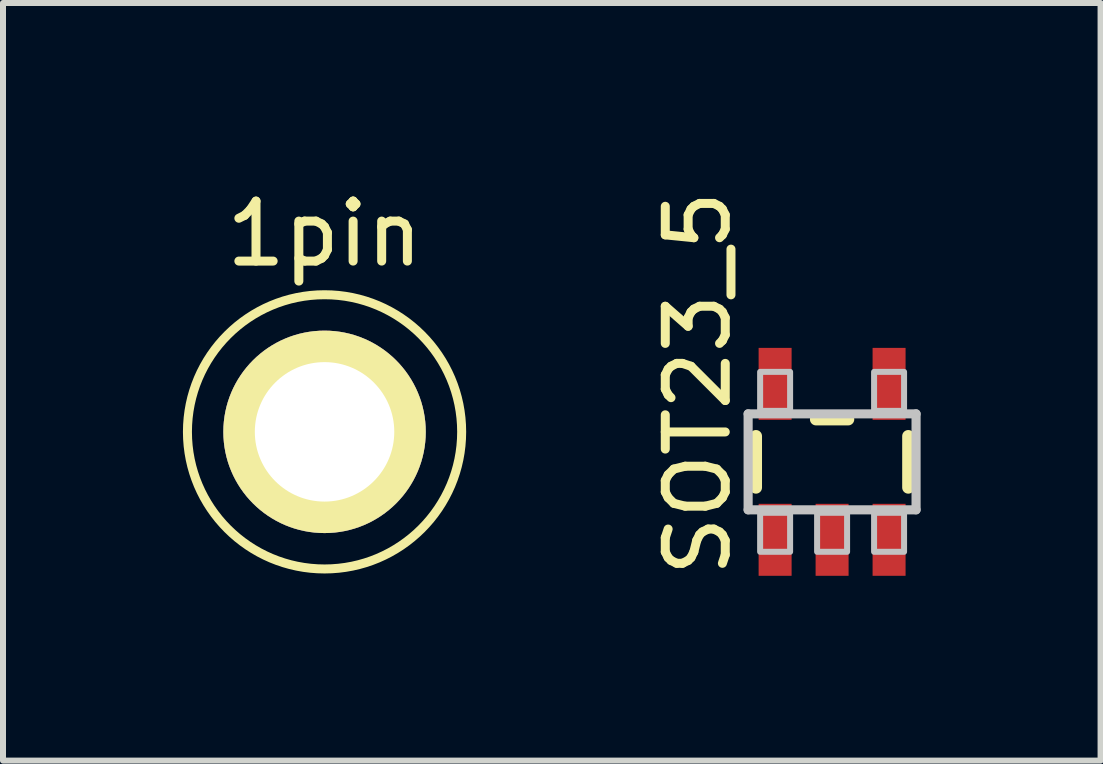
<source format=kicad_pcb>
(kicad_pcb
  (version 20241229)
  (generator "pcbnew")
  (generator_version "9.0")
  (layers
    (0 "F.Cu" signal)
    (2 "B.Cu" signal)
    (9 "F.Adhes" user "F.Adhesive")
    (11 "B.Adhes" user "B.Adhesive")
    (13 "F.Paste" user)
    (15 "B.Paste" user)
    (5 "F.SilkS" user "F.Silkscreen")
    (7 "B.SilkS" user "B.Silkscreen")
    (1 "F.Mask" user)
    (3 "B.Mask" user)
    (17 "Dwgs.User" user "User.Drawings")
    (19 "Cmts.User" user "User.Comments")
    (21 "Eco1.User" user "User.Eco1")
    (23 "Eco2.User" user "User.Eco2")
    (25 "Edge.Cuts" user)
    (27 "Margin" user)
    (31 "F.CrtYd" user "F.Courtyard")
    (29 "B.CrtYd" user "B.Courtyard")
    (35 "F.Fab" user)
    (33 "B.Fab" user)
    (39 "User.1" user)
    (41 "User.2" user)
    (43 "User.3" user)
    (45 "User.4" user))
  (footprint "SOT23_5"
    (layer "F.Cu")
    (at 10.823 4.65)
    (property "Reference" "SOT23_5" (at -1.651 1.981 90) (layer "F.SilkS") (effects (font (size 1 1) (thickness 0.15)) (justify left bottom)))
    (attr through_hole)
    (fp_line (start -1.27 0.429) (end -1.27 -0.429) (stroke (width 0.203) (type solid)) (layer "F.SilkS"))
    (fp_line (start -0.268 -0.709) (end 0.268 -0.709) (stroke (width 0.203) (type solid)) (layer "F.SilkS"))
    (fp_line (start 1.27 -0.429) (end 1.27 0.429) (stroke (width 0.203) (type solid)) (layer "F.SilkS"))
    (fp_line (start -1.4 -0.8) (end -1.4 0.8) (stroke (width 0.152) (type solid)) (layer "Dwgs.User"))
    (fp_line (start -1.4 -0.8) (end 1.4 -0.8) (stroke (width 0.152) (type solid)) (layer "Dwgs.User"))
    (fp_line (start 1.4 -0.8) (end 1.4 0.8) (stroke (width 0.152) (type solid)) (layer "Dwgs.User"))
    (fp_line (start 1.4 0.8) (end -1.4 0.8) (stroke (width 0.152) (type solid)) (layer "Dwgs.User"))
    (fp_poly (pts (xy -1.2 -0.85) (xy -0.7 -0.85) (xy -0.7 -1.5) (xy -1.2 -1.5)) (stroke (width 0.1) (type solid)) (fill no) (layer "Dwgs.User"))
    (fp_poly (pts (xy -1.2 1.5) (xy -0.7 1.5) (xy -0.7 0.85) (xy -1.2 0.85)) (stroke (width 0.1) (type solid)) (fill no) (layer "Dwgs.User"))
    (fp_poly (pts (xy -0.25 1.5) (xy 0.25 1.5) (xy 0.25 0.85) (xy -0.25 0.85)) (stroke (width 0.1) (type solid)) (fill no) (layer "Dwgs.User"))
    (fp_poly (pts (xy 0.7 -0.85) (xy 1.2 -0.85) (xy 1.2 -1.5) (xy 0.7 -1.5)) (stroke (width 0.1) (type solid)) (fill no) (layer "Dwgs.User"))
    (fp_poly (pts (xy 0.7 1.5) (xy 1.2 1.5) (xy 1.2 0.85) (xy 0.7 0.85)) (stroke (width 0.1) (type solid)) (fill no) (layer "Dwgs.User"))
    (pad "1" smd rect (at -0.95 1.3) (size 0.55 1.2) (layers "F.Cu" "F.Mask" "F.Paste"))
    (pad "2" smd rect (at 0 1.3) (size 0.55 1.2) (layers "F.Cu" "F.Mask" "F.Paste"))
    (pad "3" smd rect (at 0.95 1.3) (size 0.55 1.2) (layers "F.Cu" "F.Mask" "F.Paste"))
    (pad "4" smd rect (at 0.95 -1.3) (size 0.55 1.2) (layers "F.Cu" "F.Mask" "F.Paste"))
    (pad "5" smd rect (at -0.95 -1.3) (size 0.55 1.2) (layers "F.Cu" "F.Mask" "F.Paste")))
  (footprint "1pin"
    (layer "F.Cu")
    (at 2.361 4.15)
    (property "Reference" "1pin" (at 0 -3.302 0) (layer "F.SilkS") (effects (font (size 1 1) (thickness 0.15))))
    (attr through_hole)
    (fp_circle (center 0 0) (end 0 -2.286) (stroke (width 0.15) (type solid)) (fill no) (layer "F.SilkS"))
    (pad "1" thru_hole circle (at 0 0) (size 3.375 3.375) (drill 2.325) (layers "*.Cu" "*.Mask" "F.SilkS")))
  (gr_rect
    (start -3 -3)
    (end 15.299 9.631)
    (stroke (width 0.1) (type default))
    (fill no)
    (layer "Edge.Cuts")))
</source>
